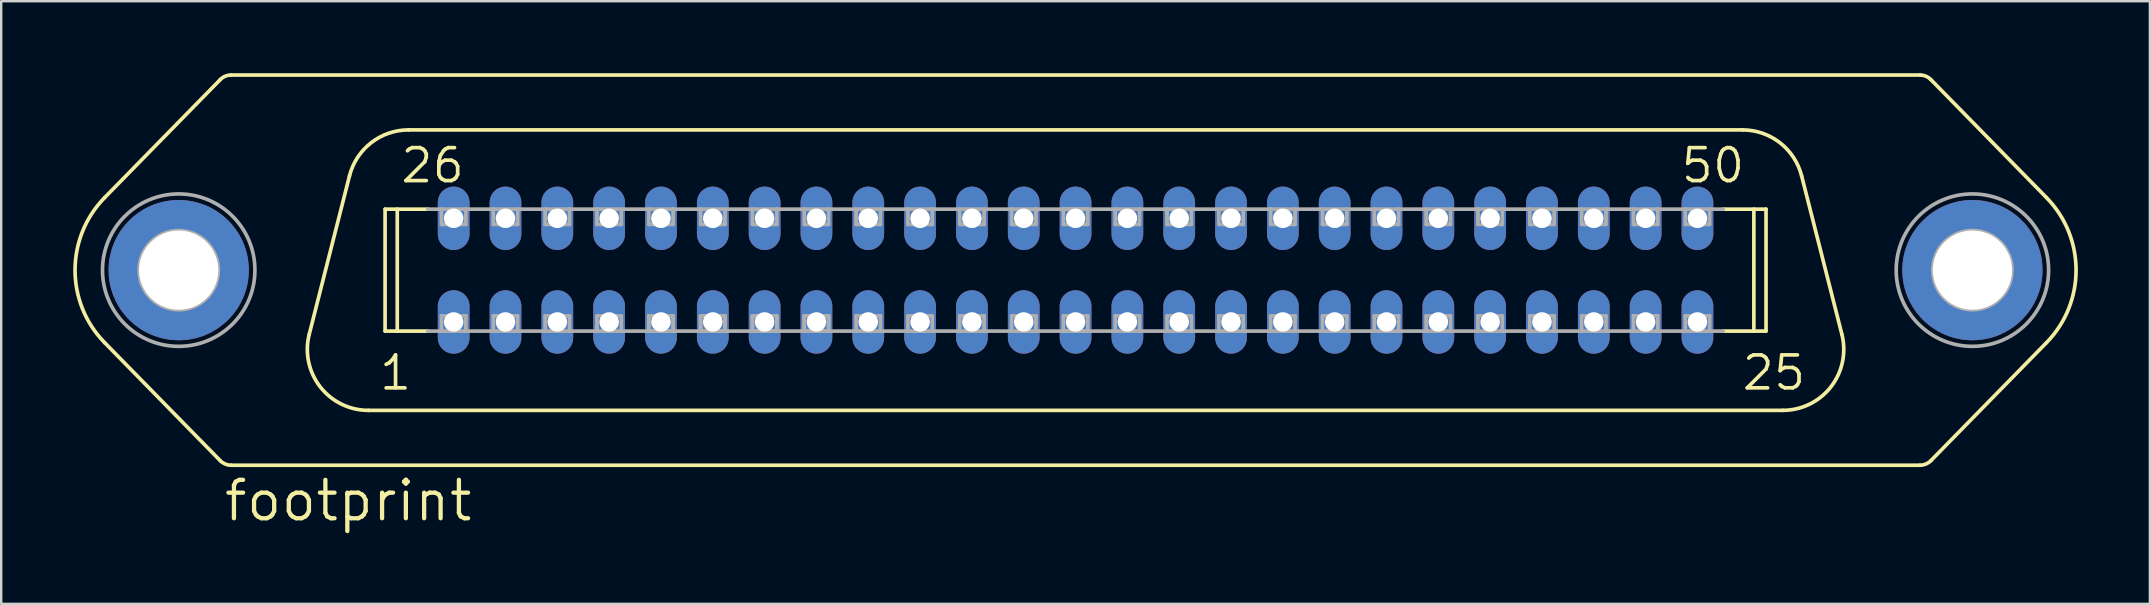
<source format=kicad_pcb>
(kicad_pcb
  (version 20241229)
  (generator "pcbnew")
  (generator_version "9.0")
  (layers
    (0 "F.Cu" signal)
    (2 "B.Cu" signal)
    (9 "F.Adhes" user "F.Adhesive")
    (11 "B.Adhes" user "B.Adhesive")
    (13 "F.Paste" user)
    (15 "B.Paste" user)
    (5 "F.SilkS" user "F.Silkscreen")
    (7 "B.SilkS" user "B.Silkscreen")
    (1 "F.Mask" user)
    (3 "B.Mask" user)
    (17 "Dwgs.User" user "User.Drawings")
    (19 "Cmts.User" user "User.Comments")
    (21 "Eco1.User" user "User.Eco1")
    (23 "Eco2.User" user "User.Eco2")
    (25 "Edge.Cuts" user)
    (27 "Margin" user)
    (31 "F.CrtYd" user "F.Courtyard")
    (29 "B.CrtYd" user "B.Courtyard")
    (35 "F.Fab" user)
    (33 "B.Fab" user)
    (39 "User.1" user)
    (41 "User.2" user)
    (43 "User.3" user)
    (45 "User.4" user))
  (footprint "footprint"
    (layer "F.Cu")
    (at 41.758 8.204)
    (property "Reference" "footprint" (at -35.56 10.541 0) (layer "F.SilkS") (effects (font (size 1.6 1.6) (thickness 0.178)) (justify left bottom)))
    (fp_line (start -35.633 -7.937) (end -40.448 -3.022) (stroke (width 0.152) (type solid)) (layer "F.SilkS"))
    (fp_line (start -35.633 7.937) (end -40.448 3.022) (stroke (width 0.152) (type solid)) (layer "F.SilkS"))
    (fp_line (start -35.179 -8.128) (end 35.179 -8.128) (stroke (width 0.152) (type solid)) (layer "F.SilkS"))
    (fp_line (start -35.179 8.128) (end 35.179 8.128) (stroke (width 0.152) (type solid)) (layer "F.SilkS"))
    (fp_line (start -30.248 -3.928) (end -31.926 2.676) (stroke (width 0.152) (type solid)) (layer "F.SilkS"))
    (fp_line (start -29.464 5.842) (end 29.464 5.842) (stroke (width 0.152) (type solid)) (layer "F.SilkS"))
    (fp_line (start -28.765 -2.54) (end -26.986 -2.54) (stroke (width 0.152) (type solid)) (layer "F.SilkS"))
    (fp_line (start -28.765 2.54) (end -28.765 -2.54) (stroke (width 0.152) (type solid)) (layer "F.SilkS"))
    (fp_line (start -28.765 2.54) (end -26.986 2.54) (stroke (width 0.152) (type solid)) (layer "F.SilkS"))
    (fp_line (start -28.258 2.54) (end -28.258 -2.54) (stroke (width 0.152) (type solid)) (layer "F.SilkS"))
    (fp_line (start -27.786 -5.842) (end 27.786 -5.842) (stroke (width 0.152) (type solid)) (layer "F.SilkS"))
    (fp_line (start 26.986 -2.54) (end 28.765 -2.54) (stroke (width 0.152) (type solid)) (layer "F.SilkS"))
    (fp_line (start 26.986 2.54) (end 28.765 2.54) (stroke (width 0.152) (type solid)) (layer "F.SilkS"))
    (fp_line (start 28.258 2.54) (end 28.258 -2.54) (stroke (width 0.152) (type solid)) (layer "F.SilkS"))
    (fp_line (start 28.765 2.54) (end 28.765 -2.54) (stroke (width 0.152) (type solid)) (layer "F.SilkS"))
    (fp_line (start 30.248 -3.928) (end 31.926 2.676) (stroke (width 0.152) (type solid)) (layer "F.SilkS"))
    (fp_line (start 35.633 -7.937) (end 40.448 -3.022) (stroke (width 0.152) (type solid)) (layer "F.SilkS"))
    (fp_line (start 35.633 7.937) (end 40.448 3.022) (stroke (width 0.152) (type solid)) (layer "F.SilkS"))
    (fp_arc (start -40.447999 3.022001) (mid -41.681365 0.000401) (end -40.448 -3.0212) (stroke (width 0.1524) (type solid)) (layer "F.SilkS"))
    (fp_arc (start -35.633 -7.937) (mid -35.42541 -8.078018) (end -35.1794 -8.1276) (stroke (width 0.1524) (type solid)) (layer "F.SilkS"))
    (fp_arc (start -35.1794 8.1276) (mid -35.42541 8.078018) (end -35.633 7.937) (stroke (width 0.1524) (type solid)) (layer "F.SilkS"))
    (fp_arc (start -30.248 -3.928) (mid -29.345487 -5.307487) (end -27.786199 -5.842401) (stroke (width 0.1524) (type solid)) (layer "F.SilkS"))
    (fp_arc (start -29.464198 5.8416) (mid -31.469285 4.860864) (end -31.926 2.676) (stroke (width 0.1524) (type solid)) (layer "F.SilkS"))
    (fp_arc (start 27.786 -5.842) (mid 29.345288 -5.307086) (end 30.2478 -3.927599) (stroke (width 0.1524) (type solid)) (layer "F.SilkS"))
    (fp_arc (start 31.926 2.675998) (mid 31.469287 4.860862) (end 29.4642 5.8416) (stroke (width 0.1524) (type solid)) (layer "F.SilkS"))
    (fp_arc (start 35.1794 -8.1276) (mid 35.42541 -8.078018) (end 35.633 -7.937) (stroke (width 0.1524) (type solid)) (layer "F.SilkS"))
    (fp_arc (start 35.633 7.937) (mid 35.42541 8.078018) (end 35.1794 8.1276) (stroke (width 0.1524) (type solid)) (layer "F.SilkS"))
    (fp_arc (start 40.447999 -3.021201) (mid 41.681365 0.000399) (end 40.448 3.022) (stroke (width 0.1524) (type solid)) (layer "F.SilkS"))
    (fp_line (start -26.986 -2.54) (end -26.416 -2.54) (stroke (width 0.152) (type solid)) (layer "F.Fab"))
    (fp_line (start -26.986 2.54) (end -26.416 2.54) (stroke (width 0.152) (type solid)) (layer "F.Fab"))
    (fp_line (start -26.416 -2.54) (end -25.4 -2.54) (stroke (width 0.152) (type solid)) (layer "F.Fab"))
    (fp_line (start -26.416 -1.905) (end -26.416 -2.54) (stroke (width 0.152) (type solid)) (layer "F.Fab"))
    (fp_line (start -26.416 1.905) (end -25.4 1.905) (stroke (width 0.152) (type solid)) (layer "F.Fab"))
    (fp_line (start -26.416 2.54) (end -26.416 1.905) (stroke (width 0.152) (type solid)) (layer "F.Fab"))
    (fp_line (start -25.4 -2.54) (end -25.4 -1.905) (stroke (width 0.152) (type solid)) (layer "F.Fab"))
    (fp_line (start -25.4 -2.54) (end -24.257 -2.54) (stroke (width 0.152) (type solid)) (layer "F.Fab"))
    (fp_line (start -25.4 -1.905) (end -26.416 -1.905) (stroke (width 0.152) (type solid)) (layer "F.Fab"))
    (fp_line (start -25.4 1.905) (end -25.4 2.54) (stroke (width 0.152) (type solid)) (layer "F.Fab"))
    (fp_line (start -25.4 2.54) (end -26.416 2.54) (stroke (width 0.152) (type solid)) (layer "F.Fab"))
    (fp_line (start -25.4 2.54) (end -24.257 2.54) (stroke (width 0.152) (type solid)) (layer "F.Fab"))
    (fp_line (start -24.257 -2.54) (end -23.241 -2.54) (stroke (width 0.152) (type solid)) (layer "F.Fab"))
    (fp_line (start -24.257 -1.905) (end -24.257 -2.54) (stroke (width 0.152) (type solid)) (layer "F.Fab"))
    (fp_line (start -24.257 1.905) (end -23.241 1.905) (stroke (width 0.152) (type solid)) (layer "F.Fab"))
    (fp_line (start -24.257 2.54) (end -24.257 1.905) (stroke (width 0.152) (type solid)) (layer "F.Fab"))
    (fp_line (start -23.241 -2.54) (end -23.241 -1.905) (stroke (width 0.152) (type solid)) (layer "F.Fab"))
    (fp_line (start -23.241 -2.54) (end -22.098 -2.54) (stroke (width 0.152) (type solid)) (layer "F.Fab"))
    (fp_line (start -23.241 -1.905) (end -24.257 -1.905) (stroke (width 0.152) (type solid)) (layer "F.Fab"))
    (fp_line (start -23.241 1.905) (end -23.241 2.54) (stroke (width 0.152) (type solid)) (layer "F.Fab"))
    (fp_line (start -23.241 2.54) (end -24.257 2.54) (stroke (width 0.152) (type solid)) (layer "F.Fab"))
    (fp_line (start -23.241 2.54) (end -22.098 2.54) (stroke (width 0.152) (type solid)) (layer "F.Fab"))
    (fp_line (start -22.098 -2.54) (end -21.082 -2.54) (stroke (width 0.152) (type solid)) (layer "F.Fab"))
    (fp_line (start -22.098 -1.905) (end -22.098 -2.54) (stroke (width 0.152) (type solid)) (layer "F.Fab"))
    (fp_line (start -22.098 1.905) (end -21.082 1.905) (stroke (width 0.152) (type solid)) (layer "F.Fab"))
    (fp_line (start -22.098 2.54) (end -22.098 1.905) (stroke (width 0.152) (type solid)) (layer "F.Fab"))
    (fp_line (start -21.082 -2.54) (end -21.082 -1.905) (stroke (width 0.152) (type solid)) (layer "F.Fab"))
    (fp_line (start -21.082 -2.54) (end -19.939 -2.54) (stroke (width 0.152) (type solid)) (layer "F.Fab"))
    (fp_line (start -21.082 -1.905) (end -22.098 -1.905) (stroke (width 0.152) (type solid)) (layer "F.Fab"))
    (fp_line (start -21.082 1.905) (end -21.082 2.54) (stroke (width 0.152) (type solid)) (layer "F.Fab"))
    (fp_line (start -21.082 2.54) (end -22.098 2.54) (stroke (width 0.152) (type solid)) (layer "F.Fab"))
    (fp_line (start -21.082 2.54) (end -19.939 2.54) (stroke (width 0.152) (type solid)) (layer "F.Fab"))
    (fp_line (start -19.939 -2.54) (end -18.923 -2.54) (stroke (width 0.152) (type solid)) (layer "F.Fab"))
    (fp_line (start -19.939 -1.905) (end -19.939 -2.54) (stroke (width 0.152) (type solid)) (layer "F.Fab"))
    (fp_line (start -19.939 1.905) (end -18.923 1.905) (stroke (width 0.152) (type solid)) (layer "F.Fab"))
    (fp_line (start -19.939 2.54) (end -19.939 1.905) (stroke (width 0.152) (type solid)) (layer "F.Fab"))
    (fp_line (start -18.923 -2.54) (end -18.923 -1.905) (stroke (width 0.152) (type solid)) (layer "F.Fab"))
    (fp_line (start -18.923 -2.54) (end -17.78 -2.54) (stroke (width 0.152) (type solid)) (layer "F.Fab"))
    (fp_line (start -18.923 -1.905) (end -19.939 -1.905) (stroke (width 0.152) (type solid)) (layer "F.Fab"))
    (fp_line (start -18.923 1.905) (end -18.923 2.54) (stroke (width 0.152) (type solid)) (layer "F.Fab"))
    (fp_line (start -18.923 2.54) (end -19.939 2.54) (stroke (width 0.152) (type solid)) (layer "F.Fab"))
    (fp_line (start -18.923 2.54) (end -17.78 2.54) (stroke (width 0.152) (type solid)) (layer "F.Fab"))
    (fp_line (start -17.78 -2.54) (end -16.764 -2.54) (stroke (width 0.152) (type solid)) (layer "F.Fab"))
    (fp_line (start -17.78 -1.905) (end -17.78 -2.54) (stroke (width 0.152) (type solid)) (layer "F.Fab"))
    (fp_line (start -17.78 1.905) (end -16.764 1.905) (stroke (width 0.152) (type solid)) (layer "F.Fab"))
    (fp_line (start -17.78 1.905) (end -16.764 1.905) (stroke (width 0.152) (type solid)) (layer "F.Fab"))
    (fp_line (start -17.78 2.54) (end -17.78 1.905) (stroke (width 0.152) (type solid)) (layer "F.Fab"))
    (fp_line (start -17.78 2.54) (end -17.78 1.905) (stroke (width 0.152) (type solid)) (layer "F.Fab"))
    (fp_line (start -16.764 -2.54) (end -16.764 -1.905) (stroke (width 0.152) (type solid)) (layer "F.Fab"))
    (fp_line (start -16.764 -2.54) (end -15.621 -2.54) (stroke (width 0.152) (type solid)) (layer "F.Fab"))
    (fp_line (start -16.764 -1.905) (end -17.78 -1.905) (stroke (width 0.152) (type solid)) (layer "F.Fab"))
    (fp_line (start -16.764 1.905) (end -16.764 2.54) (stroke (width 0.152) (type solid)) (layer "F.Fab"))
    (fp_line (start -16.764 1.905) (end -16.764 2.54) (stroke (width 0.152) (type solid)) (layer "F.Fab"))
    (fp_line (start -16.764 2.54) (end -17.78 2.54) (stroke (width 0.152) (type solid)) (layer "F.Fab"))
    (fp_line (start -16.764 2.54) (end -17.78 2.54) (stroke (width 0.152) (type solid)) (layer "F.Fab"))
    (fp_line (start -16.764 2.54) (end -15.621 2.54) (stroke (width 0.152) (type solid)) (layer "F.Fab"))
    (fp_line (start -15.621 -2.54) (end -14.605 -2.54) (stroke (width 0.152) (type solid)) (layer "F.Fab"))
    (fp_line (start -15.621 -1.905) (end -15.621 -2.54) (stroke (width 0.152) (type solid)) (layer "F.Fab"))
    (fp_line (start -15.621 1.905) (end -14.605 1.905) (stroke (width 0.152) (type solid)) (layer "F.Fab"))
    (fp_line (start -15.621 1.905) (end -14.605 1.905) (stroke (width 0.152) (type solid)) (layer "F.Fab"))
    (fp_line (start -15.621 2.54) (end -15.621 1.905) (stroke (width 0.152) (type solid)) (layer "F.Fab"))
    (fp_line (start -15.621 2.54) (end -15.621 1.905) (stroke (width 0.152) (type solid)) (layer "F.Fab"))
    (fp_line (start -14.605 -2.54) (end -14.605 -1.905) (stroke (width 0.152) (type solid)) (layer "F.Fab"))
    (fp_line (start -14.605 -2.54) (end -13.462 -2.54) (stroke (width 0.152) (type solid)) (layer "F.Fab"))
    (fp_line (start -14.605 -1.905) (end -15.621 -1.905) (stroke (width 0.152) (type solid)) (layer "F.Fab"))
    (fp_line (start -14.605 1.905) (end -14.605 2.54) (stroke (width 0.152) (type solid)) (layer "F.Fab"))
    (fp_line (start -14.605 1.905) (end -14.605 2.54) (stroke (width 0.152) (type solid)) (layer "F.Fab"))
    (fp_line (start -14.605 2.54) (end -15.621 2.54) (stroke (width 0.152) (type solid)) (layer "F.Fab"))
    (fp_line (start -14.605 2.54) (end -15.621 2.54) (stroke (width 0.152) (type solid)) (layer "F.Fab"))
    (fp_line (start -14.605 2.54) (end -13.462 2.54) (stroke (width 0.152) (type solid)) (layer "F.Fab"))
    (fp_line (start -13.462 -2.54) (end -12.446 -2.54) (stroke (width 0.152) (type solid)) (layer "F.Fab"))
    (fp_line (start -13.462 -1.905) (end -13.462 -2.54) (stroke (width 0.152) (type solid)) (layer "F.Fab"))
    (fp_line (start -13.462 1.905) (end -12.446 1.905) (stroke (width 0.152) (type solid)) (layer "F.Fab"))
    (fp_line (start -13.462 1.905) (end -12.446 1.905) (stroke (width 0.152) (type solid)) (layer "F.Fab"))
    (fp_line (start -13.462 2.54) (end -13.462 1.905) (stroke (width 0.152) (type solid)) (layer "F.Fab"))
    (fp_line (start -13.462 2.54) (end -13.462 1.905) (stroke (width 0.152) (type solid)) (layer "F.Fab"))
    (fp_line (start -12.446 -2.54) (end -12.446 -1.905) (stroke (width 0.152) (type solid)) (layer "F.Fab"))
    (fp_line (start -12.446 -2.54) (end -11.303 -2.54) (stroke (width 0.152) (type solid)) (layer "F.Fab"))
    (fp_line (start -12.446 -1.905) (end -13.462 -1.905) (stroke (width 0.152) (type solid)) (layer "F.Fab"))
    (fp_line (start -12.446 1.905) (end -12.446 2.54) (stroke (width 0.152) (type solid)) (layer "F.Fab"))
    (fp_line (start -12.446 1.905) (end -12.446 2.54) (stroke (width 0.152) (type solid)) (layer "F.Fab"))
    (fp_line (start -12.446 2.54) (end -13.462 2.54) (stroke (width 0.152) (type solid)) (layer "F.Fab"))
    (fp_line (start -12.446 2.54) (end -13.462 2.54) (stroke (width 0.152) (type solid)) (layer "F.Fab"))
    (fp_line (start -12.446 2.54) (end -11.303 2.54) (stroke (width 0.152) (type solid)) (layer "F.Fab"))
    (fp_line (start -11.303 -2.54) (end -10.287 -2.54) (stroke (width 0.152) (type solid)) (layer "F.Fab"))
    (fp_line (start -11.303 -1.905) (end -11.303 -2.54) (stroke (width 0.152) (type solid)) (layer "F.Fab"))
    (fp_line (start -11.303 1.905) (end -10.287 1.905) (stroke (width 0.152) (type solid)) (layer "F.Fab"))
    (fp_line (start -11.303 1.905) (end -10.287 1.905) (stroke (width 0.152) (type solid)) (layer "F.Fab"))
    (fp_line (start -11.303 2.54) (end -11.303 1.905) (stroke (width 0.152) (type solid)) (layer "F.Fab"))
    (fp_line (start -11.303 2.54) (end -11.303 1.905) (stroke (width 0.152) (type solid)) (layer "F.Fab"))
    (fp_line (start -10.287 -2.54) (end -10.287 -1.905) (stroke (width 0.152) (type solid)) (layer "F.Fab"))
    (fp_line (start -10.287 -2.54) (end -9.144 -2.54) (stroke (width 0.152) (type solid)) (layer "F.Fab"))
    (fp_line (start -10.287 -1.905) (end -11.303 -1.905) (stroke (width 0.152) (type solid)) (layer "F.Fab"))
    (fp_line (start -10.287 1.905) (end -10.287 2.54) (stroke (width 0.152) (type solid)) (layer "F.Fab"))
    (fp_line (start -10.287 1.905) (end -10.287 2.54) (stroke (width 0.152) (type solid)) (layer "F.Fab"))
    (fp_line (start -10.287 2.54) (end -11.303 2.54) (stroke (width 0.152) (type solid)) (layer "F.Fab"))
    (fp_line (start -10.287 2.54) (end -11.303 2.54) (stroke (width 0.152) (type solid)) (layer "F.Fab"))
    (fp_line (start -10.287 2.54) (end -9.144 2.54) (stroke (width 0.152) (type solid)) (layer "F.Fab"))
    (fp_line (start -9.144 -2.54) (end -8.128 -2.54) (stroke (width 0.152) (type solid)) (layer "F.Fab"))
    (fp_line (start -9.144 -1.905) (end -9.144 -2.54) (stroke (width 0.152) (type solid)) (layer "F.Fab"))
    (fp_line (start -9.144 1.905) (end -8.128 1.905) (stroke (width 0.152) (type solid)) (layer "F.Fab"))
    (fp_line (start -9.144 2.54) (end -9.144 1.905) (stroke (width 0.152) (type solid)) (layer "F.Fab"))
    (fp_line (start -8.128 -2.54) (end -8.128 -1.905) (stroke (width 0.152) (type solid)) (layer "F.Fab"))
    (fp_line (start -8.128 -2.54) (end -6.985 -2.54) (stroke (width 0.152) (type solid)) (layer "F.Fab"))
    (fp_line (start -8.128 -1.905) (end -9.144 -1.905) (stroke (width 0.152) (type solid)) (layer "F.Fab"))
    (fp_line (start -8.128 1.905) (end -8.128 2.54) (stroke (width 0.152) (type solid)) (layer "F.Fab"))
    (fp_line (start -8.128 2.54) (end -9.144 2.54) (stroke (width 0.152) (type solid)) (layer "F.Fab"))
    (fp_line (start -8.128 2.54) (end -6.985 2.54) (stroke (width 0.152) (type solid)) (layer "F.Fab"))
    (fp_line (start -6.985 -2.54) (end -5.969 -2.54) (stroke (width 0.152) (type solid)) (layer "F.Fab"))
    (fp_line (start -6.985 -1.905) (end -6.985 -2.54) (stroke (width 0.152) (type solid)) (layer "F.Fab"))
    (fp_line (start -6.985 1.905) (end -5.969 1.905) (stroke (width 0.152) (type solid)) (layer "F.Fab"))
    (fp_line (start -6.985 2.54) (end -6.985 1.905) (stroke (width 0.152) (type solid)) (layer "F.Fab"))
    (fp_line (start -5.969 -2.54) (end -5.969 -1.905) (stroke (width 0.152) (type solid)) (layer "F.Fab"))
    (fp_line (start -5.969 -2.54) (end -4.826 -2.54) (stroke (width 0.152) (type solid)) (layer "F.Fab"))
    (fp_line (start -5.969 -1.905) (end -6.985 -1.905) (stroke (width 0.152) (type solid)) (layer "F.Fab"))
    (fp_line (start -5.969 1.905) (end -5.969 2.54) (stroke (width 0.152) (type solid)) (layer "F.Fab"))
    (fp_line (start -5.969 2.54) (end -6.985 2.54) (stroke (width 0.152) (type solid)) (layer "F.Fab"))
    (fp_line (start -5.969 2.54) (end -4.826 2.54) (stroke (width 0.152) (type solid)) (layer "F.Fab"))
    (fp_line (start -4.826 -2.54) (end -3.81 -2.54) (stroke (width 0.152) (type solid)) (layer "F.Fab"))
    (fp_line (start -4.826 -1.905) (end -4.826 -2.54) (stroke (width 0.152) (type solid)) (layer "F.Fab"))
    (fp_line (start -4.826 1.905) (end -3.81 1.905) (stroke (width 0.152) (type solid)) (layer "F.Fab"))
    (fp_line (start -4.826 2.54) (end -4.826 1.905) (stroke (width 0.152) (type solid)) (layer "F.Fab"))
    (fp_line (start -3.81 -2.54) (end -3.81 -1.905) (stroke (width 0.152) (type solid)) (layer "F.Fab"))
    (fp_line (start -3.81 -2.54) (end -2.667 -2.54) (stroke (width 0.152) (type solid)) (layer "F.Fab"))
    (fp_line (start -3.81 -1.905) (end -4.826 -1.905) (stroke (width 0.152) (type solid)) (layer "F.Fab"))
    (fp_line (start -3.81 1.905) (end -3.81 2.54) (stroke (width 0.152) (type solid)) (layer "F.Fab"))
    (fp_line (start -3.81 2.54) (end -4.826 2.54) (stroke (width 0.152) (type solid)) (layer "F.Fab"))
    (fp_line (start -3.81 2.54) (end -2.667 2.54) (stroke (width 0.152) (type solid)) (layer "F.Fab"))
    (fp_line (start -2.667 -2.54) (end -1.651 -2.54) (stroke (width 0.152) (type solid)) (layer "F.Fab"))
    (fp_line (start -2.667 -1.905) (end -2.667 -2.54) (stroke (width 0.152) (type solid)) (layer "F.Fab"))
    (fp_line (start -2.667 1.905) (end -1.651 1.905) (stroke (width 0.152) (type solid)) (layer "F.Fab"))
    (fp_line (start -2.667 2.54) (end -2.667 1.905) (stroke (width 0.152) (type solid)) (layer "F.Fab"))
    (fp_line (start -1.651 -2.54) (end -1.651 -1.905) (stroke (width 0.152) (type solid)) (layer "F.Fab"))
    (fp_line (start -1.651 -2.54) (end 1.651 -2.54) (stroke (width 0.152) (type solid)) (layer "F.Fab"))
    (fp_line (start -1.651 -1.905) (end -2.667 -1.905) (stroke (width 0.152) (type solid)) (layer "F.Fab"))
    (fp_line (start -1.651 1.905) (end -1.651 2.54) (stroke (width 0.152) (type solid)) (layer "F.Fab"))
    (fp_line (start -1.651 2.54) (end -2.667 2.54) (stroke (width 0.152) (type solid)) (layer "F.Fab"))
    (fp_line (start -1.651 2.54) (end 1.651 2.54) (stroke (width 0.152) (type solid)) (layer "F.Fab"))
    (fp_line (start -0.508 -2.54) (end 0.508 -2.54) (stroke (width 0.152) (type solid)) (layer "F.Fab"))
    (fp_line (start -0.508 -1.905) (end -0.508 -2.54) (stroke (width 0.152) (type solid)) (layer "F.Fab"))
    (fp_line (start -0.508 1.905) (end 0.508 1.905) (stroke (width 0.152) (type solid)) (layer "F.Fab"))
    (fp_line (start -0.508 2.54) (end -0.508 1.905) (stroke (width 0.152) (type solid)) (layer "F.Fab"))
    (fp_line (start 0.508 -2.54) (end 0.508 -1.905) (stroke (width 0.152) (type solid)) (layer "F.Fab"))
    (fp_line (start 0.508 -1.905) (end -0.508 -1.905) (stroke (width 0.152) (type solid)) (layer "F.Fab"))
    (fp_line (start 0.508 1.905) (end 0.508 2.54) (stroke (width 0.152) (type solid)) (layer "F.Fab"))
    (fp_line (start 0.508 2.54) (end -0.508 2.54) (stroke (width 0.152) (type solid)) (layer "F.Fab"))
    (fp_line (start 1.651 -2.54) (end 2.667 -2.54) (stroke (width 0.152) (type solid)) (layer "F.Fab"))
    (fp_line (start 1.651 -1.905) (end 1.651 -2.54) (stroke (width 0.152) (type solid)) (layer "F.Fab"))
    (fp_line (start 1.651 1.905) (end 2.667 1.905) (stroke (width 0.152) (type solid)) (layer "F.Fab"))
    (fp_line (start 1.651 2.54) (end 1.651 1.905) (stroke (width 0.152) (type solid)) (layer "F.Fab"))
    (fp_line (start 2.667 -2.54) (end 2.667 -1.905) (stroke (width 0.152) (type solid)) (layer "F.Fab"))
    (fp_line (start 2.667 -2.54) (end 3.81 -2.54) (stroke (width 0.152) (type solid)) (layer "F.Fab"))
    (fp_line (start 2.667 -1.905) (end 1.651 -1.905) (stroke (width 0.152) (type solid)) (layer "F.Fab"))
    (fp_line (start 2.667 1.905) (end 2.667 2.54) (stroke (width 0.152) (type solid)) (layer "F.Fab"))
    (fp_line (start 2.667 2.54) (end 1.651 2.54) (stroke (width 0.152) (type solid)) (layer "F.Fab"))
    (fp_line (start 2.667 2.54) (end 3.81 2.54) (stroke (width 0.152) (type solid)) (layer "F.Fab"))
    (fp_line (start 3.81 -2.54) (end 4.826 -2.54) (stroke (width 0.152) (type solid)) (layer "F.Fab"))
    (fp_line (start 3.81 -1.905) (end 3.81 -2.54) (stroke (width 0.152) (type solid)) (layer "F.Fab"))
    (fp_line (start 3.81 1.905) (end 4.826 1.905) (stroke (width 0.152) (type solid)) (layer "F.Fab"))
    (fp_line (start 3.81 2.54) (end 3.81 1.905) (stroke (width 0.152) (type solid)) (layer "F.Fab"))
    (fp_line (start 4.826 -2.54) (end 4.826 -1.905) (stroke (width 0.152) (type solid)) (layer "F.Fab"))
    (fp_line (start 4.826 -2.54) (end 5.969 -2.54) (stroke (width 0.152) (type solid)) (layer "F.Fab"))
    (fp_line (start 4.826 -1.905) (end 3.81 -1.905) (stroke (width 0.152) (type solid)) (layer "F.Fab"))
    (fp_line (start 4.826 1.905) (end 4.826 2.54) (stroke (width 0.152) (type solid)) (layer "F.Fab"))
    (fp_line (start 4.826 2.54) (end 3.81 2.54) (stroke (width 0.152) (type solid)) (layer "F.Fab"))
    (fp_line (start 4.826 2.54) (end 5.969 2.54) (stroke (width 0.152) (type solid)) (layer "F.Fab"))
    (fp_line (start 5.969 -2.54) (end 6.985 -2.54) (stroke (width 0.152) (type solid)) (layer "F.Fab"))
    (fp_line (start 5.969 -1.905) (end 5.969 -2.54) (stroke (width 0.152) (type solid)) (layer "F.Fab"))
    (fp_line (start 5.969 1.905) (end 6.985 1.905) (stroke (width 0.152) (type solid)) (layer "F.Fab"))
    (fp_line (start 5.969 2.54) (end 5.969 1.905) (stroke (width 0.152) (type solid)) (layer "F.Fab"))
    (fp_line (start 6.985 -2.54) (end 6.985 -1.905) (stroke (width 0.152) (type solid)) (layer "F.Fab"))
    (fp_line (start 6.985 -2.54) (end 8.128 -2.54) (stroke (width 0.152) (type solid)) (layer "F.Fab"))
    (fp_line (start 6.985 -1.905) (end 5.969 -1.905) (stroke (width 0.152) (type solid)) (layer "F.Fab"))
    (fp_line (start 6.985 1.905) (end 6.985 2.54) (stroke (width 0.152) (type solid)) (layer "F.Fab"))
    (fp_line (start 6.985 2.54) (end 5.969 2.54) (stroke (width 0.152) (type solid)) (layer "F.Fab"))
    (fp_line (start 6.985 2.54) (end 8.128 2.54) (stroke (width 0.152) (type solid)) (layer "F.Fab"))
    (fp_line (start 8.128 -2.54) (end 9.144 -2.54) (stroke (width 0.152) (type solid)) (layer "F.Fab"))
    (fp_line (start 8.128 -1.905) (end 8.128 -2.54) (stroke (width 0.152) (type solid)) (layer "F.Fab"))
    (fp_line (start 8.128 1.905) (end 9.144 1.905) (stroke (width 0.152) (type solid)) (layer "F.Fab"))
    (fp_line (start 8.128 2.54) (end 8.128 1.905) (stroke (width 0.152) (type solid)) (layer "F.Fab"))
    (fp_line (start 9.144 -2.54) (end 9.144 -1.905) (stroke (width 0.152) (type solid)) (layer "F.Fab"))
    (fp_line (start 9.144 -2.54) (end 10.287 -2.54) (stroke (width 0.152) (type solid)) (layer "F.Fab"))
    (fp_line (start 9.144 -1.905) (end 8.128 -1.905) (stroke (width 0.152) (type solid)) (layer "F.Fab"))
    (fp_line (start 9.144 1.905) (end 9.144 2.54) (stroke (width 0.152) (type solid)) (layer "F.Fab"))
    (fp_line (start 9.144 2.54) (end 8.128 2.54) (stroke (width 0.152) (type solid)) (layer "F.Fab"))
    (fp_line (start 9.144 2.54) (end 10.287 2.54) (stroke (width 0.152) (type solid)) (layer "F.Fab"))
    (fp_line (start 10.287 -2.54) (end 11.303 -2.54) (stroke (width 0.152) (type solid)) (layer "F.Fab"))
    (fp_line (start 10.287 -1.905) (end 10.287 -2.54) (stroke (width 0.152) (type solid)) (layer "F.Fab"))
    (fp_line (start 10.287 1.905) (end 11.303 1.905) (stroke (width 0.152) (type solid)) (layer "F.Fab"))
    (fp_line (start 10.287 2.54) (end 10.287 1.905) (stroke (width 0.152) (type solid)) (layer "F.Fab"))
    (fp_line (start 11.303 -2.54) (end 11.303 -1.905) (stroke (width 0.152) (type solid)) (layer "F.Fab"))
    (fp_line (start 11.303 -2.54) (end 12.446 -2.54) (stroke (width 0.152) (type solid)) (layer "F.Fab"))
    (fp_line (start 11.303 -1.905) (end 10.287 -1.905) (stroke (width 0.152) (type solid)) (layer "F.Fab"))
    (fp_line (start 11.303 1.905) (end 11.303 2.54) (stroke (width 0.152) (type solid)) (layer "F.Fab"))
    (fp_line (start 11.303 2.54) (end 10.287 2.54) (stroke (width 0.152) (type solid)) (layer "F.Fab"))
    (fp_line (start 11.303 2.54) (end 12.446 2.54) (stroke (width 0.152) (type solid)) (layer "F.Fab"))
    (fp_line (start 12.446 -2.54) (end 13.462 -2.54) (stroke (width 0.152) (type solid)) (layer "F.Fab"))
    (fp_line (start 12.446 -1.905) (end 12.446 -2.54) (stroke (width 0.152) (type solid)) (layer "F.Fab"))
    (fp_line (start 12.446 1.905) (end 13.462 1.905) (stroke (width 0.152) (type solid)) (layer "F.Fab"))
    (fp_line (start 12.446 2.54) (end 12.446 1.905) (stroke (width 0.152) (type solid)) (layer "F.Fab"))
    (fp_line (start 13.462 -2.54) (end 13.462 -1.905) (stroke (width 0.152) (type solid)) (layer "F.Fab"))
    (fp_line (start 13.462 -2.54) (end 14.605 -2.54) (stroke (width 0.152) (type solid)) (layer "F.Fab"))
    (fp_line (start 13.462 -1.905) (end 12.446 -1.905) (stroke (width 0.152) (type solid)) (layer "F.Fab"))
    (fp_line (start 13.462 1.905) (end 13.462 2.54) (stroke (width 0.152) (type solid)) (layer "F.Fab"))
    (fp_line (start 13.462 2.54) (end 12.446 2.54) (stroke (width 0.152) (type solid)) (layer "F.Fab"))
    (fp_line (start 13.462 2.54) (end 14.605 2.54) (stroke (width 0.152) (type solid)) (layer "F.Fab"))
    (fp_line (start 14.605 -2.54) (end 15.621 -2.54) (stroke (width 0.152) (type solid)) (layer "F.Fab"))
    (fp_line (start 14.605 -1.905) (end 14.605 -2.54) (stroke (width 0.152) (type solid)) (layer "F.Fab"))
    (fp_line (start 14.605 1.905) (end 15.621 1.905) (stroke (width 0.152) (type solid)) (layer "F.Fab"))
    (fp_line (start 14.605 2.54) (end 14.605 1.905) (stroke (width 0.152) (type solid)) (layer "F.Fab"))
    (fp_line (start 15.621 -2.54) (end 15.621 -1.905) (stroke (width 0.152) (type solid)) (layer "F.Fab"))
    (fp_line (start 15.621 -2.54) (end 16.764 -2.54) (stroke (width 0.152) (type solid)) (layer "F.Fab"))
    (fp_line (start 15.621 -1.905) (end 14.605 -1.905) (stroke (width 0.152) (type solid)) (layer "F.Fab"))
    (fp_line (start 15.621 1.905) (end 15.621 2.54) (stroke (width 0.152) (type solid)) (layer "F.Fab"))
    (fp_line (start 15.621 2.54) (end 14.605 2.54) (stroke (width 0.152) (type solid)) (layer "F.Fab"))
    (fp_line (start 15.621 2.54) (end 16.764 2.54) (stroke (width 0.152) (type solid)) (layer "F.Fab"))
    (fp_line (start 16.764 -2.54) (end 17.78 -2.54) (stroke (width 0.152) (type solid)) (layer "F.Fab"))
    (fp_line (start 16.764 -1.905) (end 16.764 -2.54) (stroke (width 0.152) (type solid)) (layer "F.Fab"))
    (fp_line (start 16.764 1.905) (end 17.78 1.905) (stroke (width 0.152) (type solid)) (layer "F.Fab"))
    (fp_line (start 16.764 2.54) (end 16.764 1.905) (stroke (width 0.152) (type solid)) (layer "F.Fab"))
    (fp_line (start 17.78 -2.54) (end 17.78 -1.905) (stroke (width 0.152) (type solid)) (layer "F.Fab"))
    (fp_line (start 17.78 -2.54) (end 18.923 -2.54) (stroke (width 0.152) (type solid)) (layer "F.Fab"))
    (fp_line (start 17.78 -1.905) (end 16.764 -1.905) (stroke (width 0.152) (type solid)) (layer "F.Fab"))
    (fp_line (start 17.78 1.905) (end 17.78 2.54) (stroke (width 0.152) (type solid)) (layer "F.Fab"))
    (fp_line (start 17.78 2.54) (end 16.764 2.54) (stroke (width 0.152) (type solid)) (layer "F.Fab"))
    (fp_line (start 17.78 2.54) (end 18.923 2.54) (stroke (width 0.152) (type solid)) (layer "F.Fab"))
    (fp_line (start 18.923 -2.54) (end 19.939 -2.54) (stroke (width 0.152) (type solid)) (layer "F.Fab"))
    (fp_line (start 18.923 -1.905) (end 18.923 -2.54) (stroke (width 0.152) (type solid)) (layer "F.Fab"))
    (fp_line (start 18.923 1.905) (end 19.939 1.905) (stroke (width 0.152) (type solid)) (layer "F.Fab"))
    (fp_line (start 18.923 2.54) (end 18.923 1.905) (stroke (width 0.152) (type solid)) (layer "F.Fab"))
    (fp_line (start 19.939 -2.54) (end 19.939 -1.905) (stroke (width 0.152) (type solid)) (layer "F.Fab"))
    (fp_line (start 19.939 -2.54) (end 21.082 -2.54) (stroke (width 0.152) (type solid)) (layer "F.Fab"))
    (fp_line (start 19.939 -1.905) (end 18.923 -1.905) (stroke (width 0.152) (type solid)) (layer "F.Fab"))
    (fp_line (start 19.939 1.905) (end 19.939 2.54) (stroke (width 0.152) (type solid)) (layer "F.Fab"))
    (fp_line (start 19.939 2.54) (end 18.923 2.54) (stroke (width 0.152) (type solid)) (layer "F.Fab"))
    (fp_line (start 19.939 2.54) (end 21.082 2.54) (stroke (width 0.152) (type solid)) (layer "F.Fab"))
    (fp_line (start 21.082 -2.54) (end 22.098 -2.54) (stroke (width 0.152) (type solid)) (layer "F.Fab"))
    (fp_line (start 21.082 -1.905) (end 21.082 -2.54) (stroke (width 0.152) (type solid)) (layer "F.Fab"))
    (fp_line (start 21.082 1.905) (end 22.098 1.905) (stroke (width 0.152) (type solid)) (layer "F.Fab"))
    (fp_line (start 21.082 2.54) (end 21.082 1.905) (stroke (width 0.152) (type solid)) (layer "F.Fab"))
    (fp_line (start 22.098 -2.54) (end 22.098 -1.905) (stroke (width 0.152) (type solid)) (layer "F.Fab"))
    (fp_line (start 22.098 -2.54) (end 23.241 -2.54) (stroke (width 0.152) (type solid)) (layer "F.Fab"))
    (fp_line (start 22.098 -1.905) (end 21.082 -1.905) (stroke (width 0.152) (type solid)) (layer "F.Fab"))
    (fp_line (start 22.098 1.905) (end 22.098 2.54) (stroke (width 0.152) (type solid)) (layer "F.Fab"))
    (fp_line (start 22.098 2.54) (end 21.082 2.54) (stroke (width 0.152) (type solid)) (layer "F.Fab"))
    (fp_line (start 22.098 2.54) (end 23.241 2.54) (stroke (width 0.152) (type solid)) (layer "F.Fab"))
    (fp_line (start 23.241 -2.54) (end 24.257 -2.54) (stroke (width 0.152) (type solid)) (layer "F.Fab"))
    (fp_line (start 23.241 -1.905) (end 23.241 -2.54) (stroke (width 0.152) (type solid)) (layer "F.Fab"))
    (fp_line (start 23.241 1.905) (end 24.257 1.905) (stroke (width 0.152) (type solid)) (layer "F.Fab"))
    (fp_line (start 23.241 2.54) (end 23.241 1.905) (stroke (width 0.152) (type solid)) (layer "F.Fab"))
    (fp_line (start 24.257 -2.54) (end 24.257 -1.905) (stroke (width 0.152) (type solid)) (layer "F.Fab"))
    (fp_line (start 24.257 -2.54) (end 25.4 -2.54) (stroke (width 0.152) (type solid)) (layer "F.Fab"))
    (fp_line (start 24.257 -1.905) (end 23.241 -1.905) (stroke (width 0.152) (type solid)) (layer "F.Fab"))
    (fp_line (start 24.257 1.905) (end 24.257 2.54) (stroke (width 0.152) (type solid)) (layer "F.Fab"))
    (fp_line (start 24.257 2.54) (end 23.241 2.54) (stroke (width 0.152) (type solid)) (layer "F.Fab"))
    (fp_line (start 24.257 2.54) (end 25.4 2.54) (stroke (width 0.152) (type solid)) (layer "F.Fab"))
    (fp_line (start 25.4 -2.54) (end 26.416 -2.54) (stroke (width 0.152) (type solid)) (layer "F.Fab"))
    (fp_line (start 25.4 -1.905) (end 25.4 -2.54) (stroke (width 0.152) (type solid)) (layer "F.Fab"))
    (fp_line (start 25.4 1.905) (end 26.416 1.905) (stroke (width 0.152) (type solid)) (layer "F.Fab"))
    (fp_line (start 25.4 2.54) (end 25.4 1.905) (stroke (width 0.152) (type solid)) (layer "F.Fab"))
    (fp_line (start 26.416 -2.54) (end 26.416 -1.905) (stroke (width 0.152) (type solid)) (layer "F.Fab"))
    (fp_line (start 26.416 -2.54) (end 26.986 -2.54) (stroke (width 0.152) (type solid)) (layer "F.Fab"))
    (fp_line (start 26.416 -1.905) (end 25.4 -1.905) (stroke (width 0.152) (type solid)) (layer "F.Fab"))
    (fp_line (start 26.416 1.905) (end 26.416 2.54) (stroke (width 0.152) (type solid)) (layer "F.Fab"))
    (fp_line (start 26.416 2.54) (end 25.4 2.54) (stroke (width 0.152) (type solid)) (layer "F.Fab"))
    (fp_line (start 26.416 2.54) (end 26.986 2.54) (stroke (width 0.152) (type solid)) (layer "F.Fab"))
    (fp_circle (center -37.363 0) (end -35.712 0) (stroke (width 0.152) (type solid)) (fill no) (layer "F.Fab"))
    (fp_circle (center -37.363 0) (end -34.188 0) (stroke (width 0.152) (type solid)) (fill no) (layer "F.Fab"))
    (fp_circle (center 37.363 0) (end 39.014 0) (stroke (width 0.152) (type solid)) (fill no) (layer "F.Fab"))
    (fp_circle (center 37.363 0) (end 40.538 0) (stroke (width 0.152) (type solid)) (fill no) (layer "F.Fab"))
    (fp_poly (pts (xy -26.416 -1.905) (xy -25.4 -1.905) (xy -25.4 -2.54) (xy -26.416 -2.54)) (stroke (width 0.1) (type solid)) (fill no) (layer "F.Fab"))
    (fp_poly (pts (xy -26.416 2.54) (xy -25.4 2.54) (xy -25.4 1.905) (xy -26.416 1.905)) (stroke (width 0.1) (type solid)) (fill no) (layer "F.Fab"))
    (fp_poly (pts (xy -24.257 -1.905) (xy -23.241 -1.905) (xy -23.241 -2.54) (xy -24.257 -2.54)) (stroke (width 0.1) (type solid)) (fill no) (layer "F.Fab"))
    (fp_poly (pts (xy -24.257 2.54) (xy -23.241 2.54) (xy -23.241 1.905) (xy -24.257 1.905)) (stroke (width 0.1) (type solid)) (fill no) (layer "F.Fab"))
    (fp_poly (pts (xy -22.098 -1.905) (xy -21.082 -1.905) (xy -21.082 -2.54) (xy -22.098 -2.54)) (stroke (width 0.1) (type solid)) (fill no) (layer "F.Fab"))
    (fp_poly (pts (xy -22.098 2.54) (xy -21.082 2.54) (xy -21.082 1.905) (xy -22.098 1.905)) (stroke (width 0.1) (type solid)) (fill no) (layer "F.Fab"))
    (fp_poly (pts (xy -19.939 -1.905) (xy -18.923 -1.905) (xy -18.923 -2.54) (xy -19.939 -2.54)) (stroke (width 0.1) (type solid)) (fill no) (layer "F.Fab"))
    (fp_poly (pts (xy -19.939 2.54) (xy -18.923 2.54) (xy -18.923 1.905) (xy -19.939 1.905)) (stroke (width 0.1) (type solid)) (fill no) (layer "F.Fab"))
    (fp_poly (pts (xy -17.78 -1.905) (xy -16.764 -1.905) (xy -16.764 -2.54) (xy -17.78 -2.54)) (stroke (width 0.1) (type solid)) (fill no) (layer "F.Fab"))
    (fp_poly (pts (xy -17.78 2.54) (xy -16.764 2.54) (xy -16.764 1.905) (xy -17.78 1.905)) (stroke (width 0.1) (type solid)) (fill no) (layer "F.Fab"))
    (fp_poly (pts (xy -15.621 -1.905) (xy -14.605 -1.905) (xy -14.605 -2.54) (xy -15.621 -2.54)) (stroke (width 0.1) (type solid)) (fill no) (layer "F.Fab"))
    (fp_poly (pts (xy -15.621 2.54) (xy -14.605 2.54) (xy -14.605 1.905) (xy -15.621 1.905)) (stroke (width 0.1) (type solid)) (fill no) (layer "F.Fab"))
    (fp_poly (pts (xy -13.462 -1.905) (xy -12.446 -1.905) (xy -12.446 -2.54) (xy -13.462 -2.54)) (stroke (width 0.1) (type solid)) (fill no) (layer "F.Fab"))
    (fp_poly (pts (xy -13.462 2.54) (xy -12.446 2.54) (xy -12.446 1.905) (xy -13.462 1.905)) (stroke (width 0.1) (type solid)) (fill no) (layer "F.Fab"))
    (fp_poly (pts (xy -11.303 -1.905) (xy -10.287 -1.905) (xy -10.287 -2.54) (xy -11.303 -2.54)) (stroke (width 0.1) (type solid)) (fill no) (layer "F.Fab"))
    (fp_poly (pts (xy -11.303 2.54) (xy -10.287 2.54) (xy -10.287 1.905) (xy -11.303 1.905)) (stroke (width 0.1) (type solid)) (fill no) (layer "F.Fab"))
    (fp_poly (pts (xy -9.144 -1.905) (xy -8.128 -1.905) (xy -8.128 -2.54) (xy -9.144 -2.54)) (stroke (width 0.1) (type solid)) (fill no) (layer "F.Fab"))
    (fp_poly (pts (xy -9.144 2.54) (xy -8.128 2.54) (xy -8.128 1.905) (xy -9.144 1.905)) (stroke (width 0.1) (type solid)) (fill no) (layer "F.Fab"))
    (fp_poly (pts (xy -6.985 -1.905) (xy -5.969 -1.905) (xy -5.969 -2.54) (xy -6.985 -2.54)) (stroke (width 0.1) (type solid)) (fill no) (layer "F.Fab"))
    (fp_poly (pts (xy -6.985 2.54) (xy -5.969 2.54) (xy -5.969 1.905) (xy -6.985 1.905)) (stroke (width 0.1) (type solid)) (fill no) (layer "F.Fab"))
    (fp_poly (pts (xy -4.826 -1.905) (xy -3.81 -1.905) (xy -3.81 -2.54) (xy -4.826 -2.54)) (stroke (width 0.1) (type solid)) (fill no) (layer "F.Fab"))
    (fp_poly (pts (xy -4.826 2.54) (xy -3.81 2.54) (xy -3.81 1.905) (xy -4.826 1.905)) (stroke (width 0.1) (type solid)) (fill no) (layer "F.Fab"))
    (fp_poly (pts (xy -2.667 -1.905) (xy -1.651 -1.905) (xy -1.651 -2.54) (xy -2.667 -2.54)) (stroke (width 0.1) (type solid)) (fill no) (layer "F.Fab"))
    (fp_poly (pts (xy -2.667 2.54) (xy -1.651 2.54) (xy -1.651 1.905) (xy -2.667 1.905)) (stroke (width 0.1) (type solid)) (fill no) (layer "F.Fab"))
    (fp_poly (pts (xy -0.508 -1.905) (xy 0.508 -1.905) (xy 0.508 -2.54) (xy -0.508 -2.54)) (stroke (width 0.1) (type solid)) (fill no) (layer "F.Fab"))
    (fp_poly (pts (xy -0.508 2.54) (xy 0.508 2.54) (xy 0.508 1.905) (xy -0.508 1.905)) (stroke (width 0.1) (type solid)) (fill no) (layer "F.Fab"))
    (fp_poly (pts (xy 1.651 -1.905) (xy 2.667 -1.905) (xy 2.667 -2.54) (xy 1.651 -2.54)) (stroke (width 0.1) (type solid)) (fill no) (layer "F.Fab"))
    (fp_poly (pts (xy 1.651 2.54) (xy 2.667 2.54) (xy 2.667 1.905) (xy 1.651 1.905)) (stroke (width 0.1) (type solid)) (fill no) (layer "F.Fab"))
    (fp_poly (pts (xy 3.81 -1.905) (xy 4.826 -1.905) (xy 4.826 -2.54) (xy 3.81 -2.54)) (stroke (width 0.1) (type solid)) (fill no) (layer "F.Fab"))
    (fp_poly (pts (xy 3.81 2.54) (xy 4.826 2.54) (xy 4.826 1.905) (xy 3.81 1.905)) (stroke (width 0.1) (type solid)) (fill no) (layer "F.Fab"))
    (fp_poly (pts (xy 5.969 -1.905) (xy 6.985 -1.905) (xy 6.985 -2.54) (xy 5.969 -2.54)) (stroke (width 0.1) (type solid)) (fill no) (layer "F.Fab"))
    (fp_poly (pts (xy 5.969 2.54) (xy 6.985 2.54) (xy 6.985 1.905) (xy 5.969 1.905)) (stroke (width 0.1) (type solid)) (fill no) (layer "F.Fab"))
    (fp_poly (pts (xy 8.128 -1.905) (xy 9.144 -1.905) (xy 9.144 -2.54) (xy 8.128 -2.54)) (stroke (width 0.1) (type solid)) (fill no) (layer "F.Fab"))
    (fp_poly (pts (xy 8.128 2.54) (xy 9.144 2.54) (xy 9.144 1.905) (xy 8.128 1.905)) (stroke (width 0.1) (type solid)) (fill no) (layer "F.Fab"))
    (fp_poly (pts (xy 10.287 -1.905) (xy 11.303 -1.905) (xy 11.303 -2.54) (xy 10.287 -2.54)) (stroke (width 0.1) (type solid)) (fill no) (layer "F.Fab"))
    (fp_poly (pts (xy 10.287 2.54) (xy 11.303 2.54) (xy 11.303 1.905) (xy 10.287 1.905)) (stroke (width 0.1) (type solid)) (fill no) (layer "F.Fab"))
    (fp_poly (pts (xy 12.446 -1.905) (xy 13.462 -1.905) (xy 13.462 -2.54) (xy 12.446 -2.54)) (stroke (width 0.1) (type solid)) (fill no) (layer "F.Fab"))
    (fp_poly (pts (xy 12.446 2.54) (xy 13.462 2.54) (xy 13.462 1.905) (xy 12.446 1.905)) (stroke (width 0.1) (type solid)) (fill no) (layer "F.Fab"))
    (fp_poly (pts (xy 14.605 -1.905) (xy 15.621 -1.905) (xy 15.621 -2.54) (xy 14.605 -2.54)) (stroke (width 0.1) (type solid)) (fill no) (layer "F.Fab"))
    (fp_poly (pts (xy 14.605 2.54) (xy 15.621 2.54) (xy 15.621 1.905) (xy 14.605 1.905)) (stroke (width 0.1) (type solid)) (fill no) (layer "F.Fab"))
    (fp_poly (pts (xy 16.764 -1.905) (xy 17.78 -1.905) (xy 17.78 -2.54) (xy 16.764 -2.54)) (stroke (width 0.1) (type solid)) (fill no) (layer "F.Fab"))
    (fp_poly (pts (xy 16.764 2.54) (xy 17.78 2.54) (xy 17.78 1.905) (xy 16.764 1.905)) (stroke (width 0.1) (type solid)) (fill no) (layer "F.Fab"))
    (fp_poly (pts (xy 18.923 -1.905) (xy 19.939 -1.905) (xy 19.939 -2.54) (xy 18.923 -2.54)) (stroke (width 0.1) (type solid)) (fill no) (layer "F.Fab"))
    (fp_poly (pts (xy 18.923 2.54) (xy 19.939 2.54) (xy 19.939 1.905) (xy 18.923 1.905)) (stroke (width 0.1) (type solid)) (fill no) (layer "F.Fab"))
    (fp_poly (pts (xy 21.082 -1.905) (xy 22.098 -1.905) (xy 22.098 -2.54) (xy 21.082 -2.54)) (stroke (width 0.1) (type solid)) (fill no) (layer "F.Fab"))
    (fp_poly (pts (xy 21.082 2.54) (xy 22.098 2.54) (xy 22.098 1.905) (xy 21.082 1.905)) (stroke (width 0.1) (type solid)) (fill no) (layer "F.Fab"))
    (fp_poly (pts (xy 23.241 -1.905) (xy 24.257 -1.905) (xy 24.257 -2.54) (xy 23.241 -2.54)) (stroke (width 0.1) (type solid)) (fill no) (layer "F.Fab"))
    (fp_poly (pts (xy 23.241 2.54) (xy 24.257 2.54) (xy 24.257 1.905) (xy 23.241 1.905)) (stroke (width 0.1) (type solid)) (fill no) (layer "F.Fab"))
    (fp_poly (pts (xy 25.4 -1.905) (xy 26.416 -1.905) (xy 26.416 -2.54) (xy 25.4 -2.54)) (stroke (width 0.1) (type solid)) (fill no) (layer "F.Fab"))
    (fp_poly (pts (xy 25.4 2.54) (xy 26.416 2.54) (xy 26.416 1.905) (xy 25.4 1.905)) (stroke (width 0.1) (type solid)) (fill no) (layer "F.Fab"))
    (fp_text user "25" (at 27.686 5.08 0) (layer "F.SilkS") (effects (font (size 1.372 1.372) (thickness 0.152)) (justify left bottom)))
    (fp_text user "1" (at -29.083 5.08 0) (layer "F.SilkS") (effects (font (size 1.372 1.372) (thickness 0.152)) (justify left bottom)))
    (fp_text user "50" (at 25.146 -3.556 0) (layer "F.SilkS") (effects (font (size 1.372 1.372) (thickness 0.152)) (justify left bottom)))
    (fp_text user "26" (at -28.194 -3.556 0) (layer "F.SilkS") (effects (font (size 1.372 1.372) (thickness 0.152)) (justify left bottom)))
    (pad "1" thru_hole oval (at -25.908 2.159 90) (size 2.642 1.321) (drill 0.813) (layers "*.Cu" "*.Mask"))
    (pad "2" thru_hole oval (at -23.749 2.159 90) (size 2.642 1.321) (drill 0.813) (layers "*.Cu" "*.Mask"))
    (pad "3" thru_hole oval (at -21.59 2.159 90) (size 2.642 1.321) (drill 0.813) (layers "*.Cu" "*.Mask"))
    (pad "4" thru_hole oval (at -19.431 2.159 90) (size 2.642 1.321) (drill 0.813) (layers "*.Cu" "*.Mask"))
    (pad "5" thru_hole oval (at -17.272 2.159 90) (size 2.642 1.321) (drill 0.813) (layers "*.Cu" "*.Mask"))
    (pad "6" thru_hole oval (at -15.113 2.159 90) (size 2.642 1.321) (drill 0.813) (layers "*.Cu" "*.Mask"))
    (pad "7" thru_hole oval (at -12.954 2.159 90) (size 2.642 1.321) (drill 0.813) (layers "*.Cu" "*.Mask"))
    (pad "8" thru_hole oval (at -10.795 2.159 90) (size 2.642 1.321) (drill 0.813) (layers "*.Cu" "*.Mask"))
    (pad "9" thru_hole oval (at -8.636 2.159 90) (size 2.642 1.321) (drill 0.813) (layers "*.Cu" "*.Mask"))
    (pad "10" thru_hole oval (at -6.477 2.159 90) (size 2.642 1.321) (drill 0.813) (layers "*.Cu" "*.Mask"))
    (pad "11" thru_hole oval (at -4.318 2.159 90) (size 2.642 1.321) (drill 0.813) (layers "*.Cu" "*.Mask"))
    (pad "12" thru_hole oval (at -2.159 2.159 90) (size 2.642 1.321) (drill 0.813) (layers "*.Cu" "*.Mask"))
    (pad "13" thru_hole oval (at 0 2.159 90) (size 2.642 1.321) (drill 0.813) (layers "*.Cu" "*.Mask"))
    (pad "14" thru_hole oval (at 2.159 2.159 90) (size 2.642 1.321) (drill 0.813) (layers "*.Cu" "*.Mask"))
    (pad "15" thru_hole oval (at 4.318 2.159 90) (size 2.642 1.321) (drill 0.813) (layers "*.Cu" "*.Mask"))
    (pad "16" thru_hole oval (at 6.477 2.159 90) (size 2.642 1.321) (drill 0.813) (layers "*.Cu" "*.Mask"))
    (pad "17" thru_hole oval (at 8.636 2.159 90) (size 2.642 1.321) (drill 0.813) (layers "*.Cu" "*.Mask"))
    (pad "18" thru_hole oval (at 10.795 2.159 90) (size 2.642 1.321) (drill 0.813) (layers "*.Cu" "*.Mask"))
    (pad "19" thru_hole oval (at 12.954 2.159 90) (size 2.642 1.321) (drill 0.813) (layers "*.Cu" "*.Mask"))
    (pad "20" thru_hole oval (at 15.113 2.159 90) (size 2.642 1.321) (drill 0.813) (layers "*.Cu" "*.Mask"))
    (pad "21" thru_hole oval (at 17.272 2.159 90) (size 2.642 1.321) (drill 0.813) (layers "*.Cu" "*.Mask"))
    (pad "22" thru_hole oval (at 19.431 2.159 90) (size 2.642 1.321) (drill 0.813) (layers "*.Cu" "*.Mask"))
    (pad "23" thru_hole oval (at 21.59 2.159 90) (size 2.642 1.321) (drill 0.813) (layers "*.Cu" "*.Mask"))
    (pad "24" thru_hole oval (at 23.749 2.159 90) (size 2.642 1.321) (drill 0.813) (layers "*.Cu" "*.Mask"))
    (pad "25" thru_hole oval (at 25.908 2.159 90) (size 2.642 1.321) (drill 0.813) (layers "*.Cu" "*.Mask"))
    (pad "26" thru_hole oval (at -25.908 -2.159 90) (size 2.642 1.321) (drill 0.813) (layers "*.Cu" "*.Mask"))
    (pad "27" thru_hole oval (at -23.749 -2.159 90) (size 2.642 1.321) (drill 0.813) (layers "*.Cu" "*.Mask"))
    (pad "28" thru_hole oval (at -21.59 -2.159 90) (size 2.642 1.321) (drill 0.813) (layers "*.Cu" "*.Mask"))
    (pad "29" thru_hole oval (at -19.431 -2.159 90) (size 2.642 1.321) (drill 0.813) (layers "*.Cu" "*.Mask"))
    (pad "30" thru_hole oval (at -17.272 -2.159 90) (size 2.642 1.321) (drill 0.813) (layers "*.Cu" "*.Mask"))
    (pad "31" thru_hole oval (at -15.113 -2.159 90) (size 2.642 1.321) (drill 0.813) (layers "*.Cu" "*.Mask"))
    (pad "32" thru_hole oval (at -12.954 -2.159 90) (size 2.642 1.321) (drill 0.813) (layers "*.Cu" "*.Mask"))
    (pad "33" thru_hole oval (at -10.795 -2.159 90) (size 2.642 1.321) (drill 0.813) (layers "*.Cu" "*.Mask"))
    (pad "34" thru_hole oval (at -8.636 -2.159 90) (size 2.642 1.321) (drill 0.813) (layers "*.Cu" "*.Mask"))
    (pad "35" thru_hole oval (at -6.477 -2.159 90) (size 2.642 1.321) (drill 0.813) (layers "*.Cu" "*.Mask"))
    (pad "36" thru_hole oval (at -4.318 -2.159 90) (size 2.642 1.321) (drill 0.813) (layers "*.Cu" "*.Mask"))
    (pad "37" thru_hole oval (at -2.159 -2.159 90) (size 2.642 1.321) (drill 0.813) (layers "*.Cu" "*.Mask"))
    (pad "38" thru_hole oval (at 0 -2.159 90) (size 2.642 1.321) (drill 0.813) (layers "*.Cu" "*.Mask"))
    (pad "39" thru_hole oval (at 2.159 -2.159 90) (size 2.642 1.321) (drill 0.813) (layers "*.Cu" "*.Mask"))
    (pad "40" thru_hole oval (at 4.318 -2.159 90) (size 2.642 1.321) (drill 0.813) (layers "*.Cu" "*.Mask"))
    (pad "41" thru_hole oval (at 6.477 -2.159 90) (size 2.642 1.321) (drill 0.813) (layers "*.Cu" "*.Mask"))
    (pad "42" thru_hole oval (at 8.636 -2.159 90) (size 2.642 1.321) (drill 0.813) (layers "*.Cu" "*.Mask"))
    (pad "43" thru_hole oval (at 10.795 -2.159 90) (size 2.642 1.321) (drill 0.813) (layers "*.Cu" "*.Mask"))
    (pad "44" thru_hole oval (at 12.954 -2.159 90) (size 2.642 1.321) (drill 0.813) (layers "*.Cu" "*.Mask"))
    (pad "45" thru_hole oval (at 15.113 -2.159 90) (size 2.642 1.321) (drill 0.813) (layers "*.Cu" "*.Mask"))
    (pad "46" thru_hole oval (at 17.272 -2.159 90) (size 2.642 1.321) (drill 0.813) (layers "*.Cu" "*.Mask"))
    (pad "47" thru_hole oval (at 19.431 -2.159 90) (size 2.642 1.321) (drill 0.813) (layers "*.Cu" "*.Mask"))
    (pad "48" thru_hole oval (at 21.59 -2.159 90) (size 2.642 1.321) (drill 0.813) (layers "*.Cu" "*.Mask"))
    (pad "49" thru_hole oval (at 23.749 -2.159 90) (size 2.642 1.321) (drill 0.813) (layers "*.Cu" "*.Mask"))
    (pad "50" thru_hole oval (at 25.908 -2.159 90) (size 2.642 1.321) (drill 0.813) (layers "*.Cu" "*.Mask"))
    (pad "G" thru_hole circle (at -37.363 0) (size 5.842 5.842) (drill 3.302) (layers "*.Cu" "*.Mask"))
    (pad "G1" thru_hole circle (at 37.363 0) (size 5.842 5.842) (drill 3.302) (layers "*.Cu" "*.Mask")))
  (gr_rect
    (start -3 -3)
    (end 86.515 22.108)
    (stroke (width 0.1) (type default))
    (fill no)
    (layer "Edge.Cuts")))
</source>
